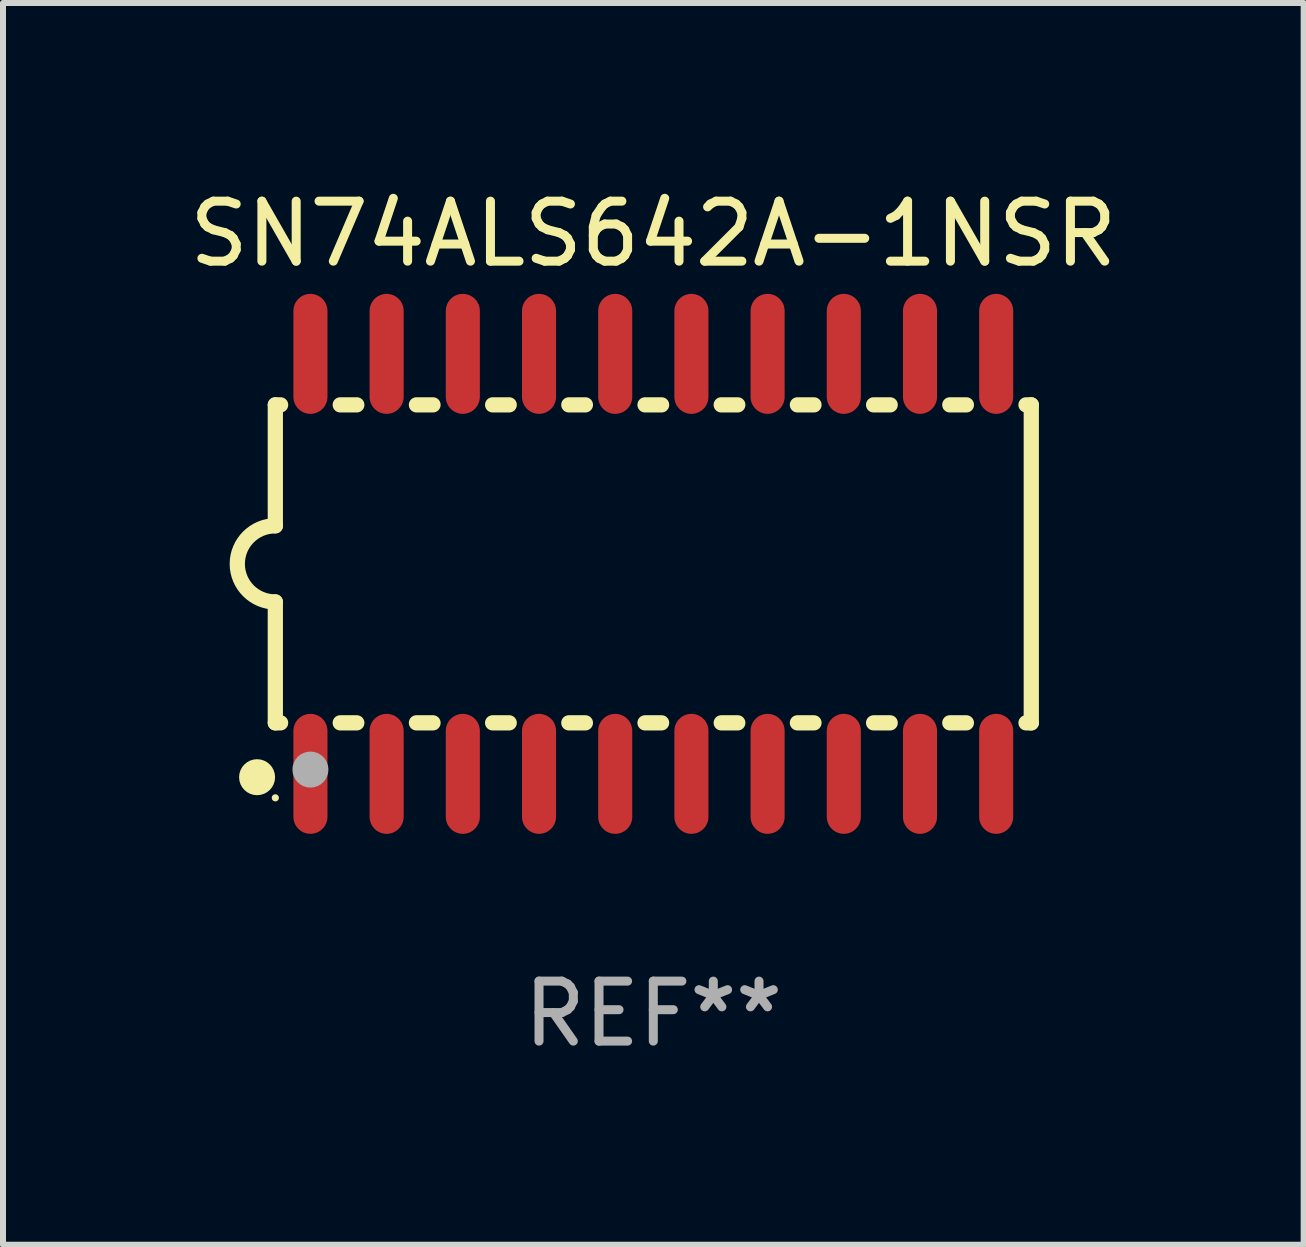
<source format=kicad_pcb>
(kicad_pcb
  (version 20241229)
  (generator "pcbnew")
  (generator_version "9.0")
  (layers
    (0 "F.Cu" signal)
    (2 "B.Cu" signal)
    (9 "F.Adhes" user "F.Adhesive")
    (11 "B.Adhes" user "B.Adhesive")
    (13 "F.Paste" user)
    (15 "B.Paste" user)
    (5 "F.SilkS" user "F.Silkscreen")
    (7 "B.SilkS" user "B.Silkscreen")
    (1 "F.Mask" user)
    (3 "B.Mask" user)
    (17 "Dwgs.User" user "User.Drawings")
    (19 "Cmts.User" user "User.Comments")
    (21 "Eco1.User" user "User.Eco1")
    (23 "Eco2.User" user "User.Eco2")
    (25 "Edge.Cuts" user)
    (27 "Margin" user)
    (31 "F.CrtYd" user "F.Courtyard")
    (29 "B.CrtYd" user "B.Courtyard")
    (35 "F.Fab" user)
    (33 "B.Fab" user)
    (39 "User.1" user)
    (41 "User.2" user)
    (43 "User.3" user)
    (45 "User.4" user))
  (footprint "SN74ALS642A-1NSR"
    (layer "F.Cu")
    (at 7.839 6.348)
    (property "Reference" "SN74ALS642A-1NSR" (at 0 -5.5 0) (layer "F.SilkS") (effects (font (size 1 1) (thickness 0.15))))
    (attr through_hole)
    (fp_line (start -6.3 -2.65) (end -6.3 -0.635) (stroke (width 0.254) (type solid)) (layer "F.SilkS"))
    (fp_line (start -6.3 -2.65) (end -6.212 -2.65) (stroke (width 0.254) (type solid)) (layer "F.SilkS"))
    (fp_line (start -6.3 2.65) (end -6.3 0.635) (stroke (width 0.254) (type solid)) (layer "F.SilkS"))
    (fp_line (start -6.3 2.65) (end -6.212 2.65) (stroke (width 0.254) (type solid)) (layer "F.SilkS"))
    (fp_line (start -5.218 -2.65) (end -4.942 -2.65) (stroke (width 0.254) (type solid)) (layer "F.SilkS"))
    (fp_line (start -5.218 2.65) (end -4.942 2.65) (stroke (width 0.254) (type solid)) (layer "F.SilkS"))
    (fp_line (start -3.948 -2.65) (end -3.672 -2.65) (stroke (width 0.254) (type solid)) (layer "F.SilkS"))
    (fp_line (start -3.948 2.65) (end -3.672 2.65) (stroke (width 0.254) (type solid)) (layer "F.SilkS"))
    (fp_line (start -2.678 -2.65) (end -2.402 -2.65) (stroke (width 0.254) (type solid)) (layer "F.SilkS"))
    (fp_line (start -2.678 2.65) (end -2.402 2.65) (stroke (width 0.254) (type solid)) (layer "F.SilkS"))
    (fp_line (start -1.408 -2.65) (end -1.132 -2.65) (stroke (width 0.254) (type solid)) (layer "F.SilkS"))
    (fp_line (start -1.408 2.65) (end -1.132 2.65) (stroke (width 0.254) (type solid)) (layer "F.SilkS"))
    (fp_line (start -0.138 -2.65) (end 0.138 -2.65) (stroke (width 0.254) (type solid)) (layer "F.SilkS"))
    (fp_line (start -0.138 2.65) (end 0.138 2.65) (stroke (width 0.254) (type solid)) (layer "F.SilkS"))
    (fp_line (start 1.132 -2.65) (end 1.408 -2.65) (stroke (width 0.254) (type solid)) (layer "F.SilkS"))
    (fp_line (start 1.132 2.65) (end 1.408 2.65) (stroke (width 0.254) (type solid)) (layer "F.SilkS"))
    (fp_line (start 2.402 -2.65) (end 2.678 -2.65) (stroke (width 0.254) (type solid)) (layer "F.SilkS"))
    (fp_line (start 2.402 2.65) (end 2.678 2.65) (stroke (width 0.254) (type solid)) (layer "F.SilkS"))
    (fp_line (start 3.672 -2.65) (end 3.948 -2.65) (stroke (width 0.254) (type solid)) (layer "F.SilkS"))
    (fp_line (start 3.672 2.65) (end 3.948 2.65) (stroke (width 0.254) (type solid)) (layer "F.SilkS"))
    (fp_line (start 4.942 -2.65) (end 5.218 -2.65) (stroke (width 0.254) (type solid)) (layer "F.SilkS"))
    (fp_line (start 4.942 2.65) (end 5.218 2.65) (stroke (width 0.254) (type solid)) (layer "F.SilkS"))
    (fp_line (start 6.212 -2.65) (end 6.3 -2.65) (stroke (width 0.254) (type solid)) (layer "F.SilkS"))
    (fp_line (start 6.212 2.65) (end 6.3 2.65) (stroke (width 0.254) (type solid)) (layer "F.SilkS"))
    (fp_line (start 6.3 -2.65) (end 6.3 2.65) (stroke (width 0.254) (type solid)) (layer "F.SilkS"))
    (fp_arc (start -6.299975 0.634874) (mid -6.933579 0.000127) (end -6.299213 -0.633858) (stroke (width 0.254001) (type solid)) (layer "F.SilkS"))
    (fp_circle (center -6.604 3.556) (end -6.454 3.556) (stroke (width 0.3) (type solid)) (fill no) (layer "F.SilkS"))
    (fp_circle (center -6.3 3.9) (end -6.27 3.9) (stroke (width 0.06) (type solid)) (fill no) (layer "F.SilkS"))
    (fp_circle (center -5.715 3.429) (end -5.565 3.429) (stroke (width 0.3) (type solid)) (fill no) (layer "F.Fab"))
    (fp_text user "REF**" (at 0 7.5 0) (layer "F.Fab") (effects (font (size 1 1) (thickness 0.15))))
    (pad "1" smd oval (at -5.715 3.5) (size 0.568 2) (layers "F.Cu" "F.Mask" "F.Paste"))
    (pad "2" smd oval (at -4.445 3.5) (size 0.568 2) (layers "F.Cu" "F.Mask" "F.Paste"))
    (pad "3" smd oval (at -3.175 3.5) (size 0.568 2) (layers "F.Cu" "F.Mask" "F.Paste"))
    (pad "4" smd oval (at -1.905 3.5) (size 0.568 2) (layers "F.Cu" "F.Mask" "F.Paste"))
    (pad "5" smd oval (at -0.635 3.5) (size 0.568 2) (layers "F.Cu" "F.Mask" "F.Paste"))
    (pad "6" smd oval (at 0.635 3.5) (size 0.568 2) (layers "F.Cu" "F.Mask" "F.Paste"))
    (pad "7" smd oval (at 1.905 3.5) (size 0.568 2) (layers "F.Cu" "F.Mask" "F.Paste"))
    (pad "8" smd oval (at 3.175 3.5) (size 0.568 2) (layers "F.Cu" "F.Mask" "F.Paste"))
    (pad "9" smd oval (at 4.445 3.5) (size 0.568 2) (layers "F.Cu" "F.Mask" "F.Paste"))
    (pad "10" smd oval (at 5.715 3.5) (size 0.568 2) (layers "F.Cu" "F.Mask" "F.Paste"))
    (pad "11" smd oval (at 5.715 -3.5) (size 0.568 2) (layers "F.Cu" "F.Mask" "F.Paste"))
    (pad "12" smd oval (at 4.445 -3.5) (size 0.568 2) (layers "F.Cu" "F.Mask" "F.Paste"))
    (pad "13" smd oval (at 3.175 -3.5) (size 0.568 2) (layers "F.Cu" "F.Mask" "F.Paste"))
    (pad "14" smd oval (at 1.905 -3.5) (size 0.568 2) (layers "F.Cu" "F.Mask" "F.Paste"))
    (pad "15" smd oval (at 0.635 -3.5) (size 0.568 2) (layers "F.Cu" "F.Mask" "F.Paste"))
    (pad "16" smd oval (at -0.635 -3.5) (size 0.568 2) (layers "F.Cu" "F.Mask" "F.Paste"))
    (pad "17" smd oval (at -1.905 -3.5) (size 0.568 2) (layers "F.Cu" "F.Mask" "F.Paste"))
    (pad "18" smd oval (at -3.175 -3.5) (size 0.568 2) (layers "F.Cu" "F.Mask" "F.Paste"))
    (pad "19" smd oval (at -4.445 -3.5) (size 0.568 2) (layers "F.Cu" "F.Mask" "F.Paste"))
    (pad "20" smd oval (at -5.715 -3.5) (size 0.568 2) (layers "F.Cu" "F.Mask" "F.Paste")))
  (gr_rect
    (start -3 -3)
    (end 18.679 17.697)
    (stroke (width 0.1) (type default))
    (fill no)
    (layer "Edge.Cuts")))
</source>
